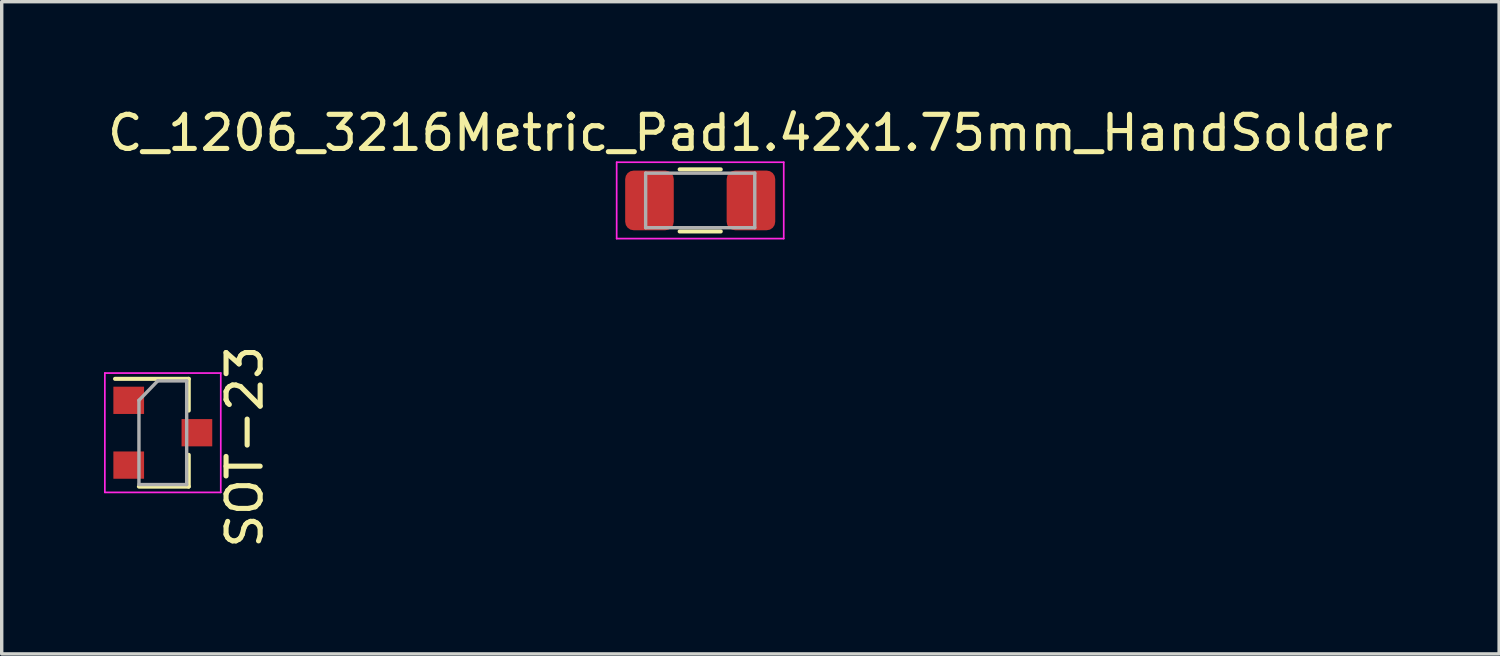
<source format=kicad_pcb>
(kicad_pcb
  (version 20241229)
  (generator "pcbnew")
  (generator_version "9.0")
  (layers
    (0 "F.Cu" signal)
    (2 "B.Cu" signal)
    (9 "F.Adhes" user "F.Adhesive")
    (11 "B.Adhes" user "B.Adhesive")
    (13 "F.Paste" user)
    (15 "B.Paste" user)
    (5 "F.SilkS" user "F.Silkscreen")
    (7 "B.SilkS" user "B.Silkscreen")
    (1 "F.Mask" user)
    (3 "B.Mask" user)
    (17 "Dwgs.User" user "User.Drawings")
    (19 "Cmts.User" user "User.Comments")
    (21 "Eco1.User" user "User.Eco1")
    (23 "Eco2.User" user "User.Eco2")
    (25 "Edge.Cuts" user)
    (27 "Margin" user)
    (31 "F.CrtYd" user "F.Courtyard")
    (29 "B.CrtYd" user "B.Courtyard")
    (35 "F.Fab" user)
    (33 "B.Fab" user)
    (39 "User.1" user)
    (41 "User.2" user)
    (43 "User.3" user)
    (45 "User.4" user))
  (footprint "C_1206_3216Metric_Pad1.42x1.75mm_HandSolder"
    (layer "F.Cu")
    (at 17.486 2.828)
    (property "Reference" "C_1206_3216Metric_Pad1.42x1.75mm_HandSolder" (at 1.472 -1.98 0) (layer "F.SilkS") (effects (font (size 1 1) (thickness 0.15))))
    (attr smd)
    (fp_line (start -0.602 -0.91) (end 0.602 -0.91) (stroke (width 0.12) (type solid)) (layer "F.SilkS"))
    (fp_line (start -0.602 0.91) (end 0.602 0.91) (stroke (width 0.12) (type solid)) (layer "F.SilkS"))
    (fp_line (start -2.45 -1.12) (end 2.45 -1.12) (stroke (width 0.05) (type solid)) (layer "F.CrtYd"))
    (fp_line (start -2.45 1.12) (end -2.45 -1.12) (stroke (width 0.05) (type solid)) (layer "F.CrtYd"))
    (fp_line (start 2.45 -1.12) (end 2.45 1.12) (stroke (width 0.05) (type solid)) (layer "F.CrtYd"))
    (fp_line (start 2.45 1.12) (end -2.45 1.12) (stroke (width 0.05) (type solid)) (layer "F.CrtYd"))
    (fp_line (start -1.6 -0.8) (end 1.6 -0.8) (stroke (width 0.1) (type solid)) (layer "F.Fab"))
    (fp_line (start -1.6 0.8) (end -1.6 -0.8) (stroke (width 0.1) (type solid)) (layer "F.Fab"))
    (fp_line (start 1.6 -0.8) (end 1.6 0.8) (stroke (width 0.1) (type solid)) (layer "F.Fab"))
    (fp_line (start 1.6 0.8) (end -1.6 0.8) (stroke (width 0.1) (type solid)) (layer "F.Fab"))
    (pad "1" smd roundrect (at -1.488 0) (size 1.425 1.75) (layers "F.Cu" "F.Mask" "F.Paste") (roundrect_rratio 0.175))
    (pad "2" smd roundrect (at 1.488 0) (size 1.425 1.75) (layers "F.Cu" "F.Mask" "F.Paste") (roundrect_rratio 0.175)))
  (footprint "SOT-23"
    (layer "F.Cu")
    (at 1.725 9.641)
    (property "Reference" "SOT-23" (at 2.4 0.41 90) (layer "F.SilkS") (effects (font (size 1 1) (thickness 0.15))))
    (attr smd)
    (fp_line (start 0.76 -1.58) (end -1.4 -1.58) (stroke (width 0.12) (type solid)) (layer "F.SilkS"))
    (fp_line (start 0.76 -1.58) (end 0.76 -0.65) (stroke (width 0.12) (type solid)) (layer "F.SilkS"))
    (fp_line (start 0.76 1.58) (end -0.7 1.58) (stroke (width 0.12) (type solid)) (layer "F.SilkS"))
    (fp_line (start 0.76 1.58) (end 0.76 0.65) (stroke (width 0.12) (type solid)) (layer "F.SilkS"))
    (fp_line (start -1.7 -1.75) (end 1.7 -1.75) (stroke (width 0.05) (type solid)) (layer "F.CrtYd"))
    (fp_line (start -1.7 1.75) (end -1.7 -1.75) (stroke (width 0.05) (type solid)) (layer "F.CrtYd"))
    (fp_line (start 1.7 -1.75) (end 1.7 1.75) (stroke (width 0.05) (type solid)) (layer "F.CrtYd"))
    (fp_line (start 1.7 1.75) (end -1.7 1.75) (stroke (width 0.05) (type solid)) (layer "F.CrtYd"))
    (fp_line (start -0.7 -0.95) (end -0.7 1.5) (stroke (width 0.1) (type solid)) (layer "F.Fab"))
    (fp_line (start -0.7 -0.95) (end -0.15 -1.52) (stroke (width 0.1) (type solid)) (layer "F.Fab"))
    (fp_line (start -0.7 1.52) (end 0.7 1.52) (stroke (width 0.1) (type solid)) (layer "F.Fab"))
    (fp_line (start -0.15 -1.52) (end 0.7 -1.52) (stroke (width 0.1) (type solid)) (layer "F.Fab"))
    (fp_line (start 0.7 -1.52) (end 0.7 1.52) (stroke (width 0.1) (type solid)) (layer "F.Fab"))
    (pad "1" smd rect (at -1 -0.95) (size 0.9 0.8) (layers "F.Cu" "F.Mask" "F.Paste"))
    (pad "2" smd rect (at -1 0.95) (size 0.9 0.8) (layers "F.Cu" "F.Mask" "F.Paste"))
    (pad "3" smd rect (at 1 0) (size 0.9 0.8) (layers "F.Cu" "F.Mask" "F.Paste")))
  (gr_rect
    (start -3 -3)
    (end 40.917 16.128)
    (stroke (width 0.1) (type default))
    (fill no)
    (layer "Edge.Cuts")))
</source>
